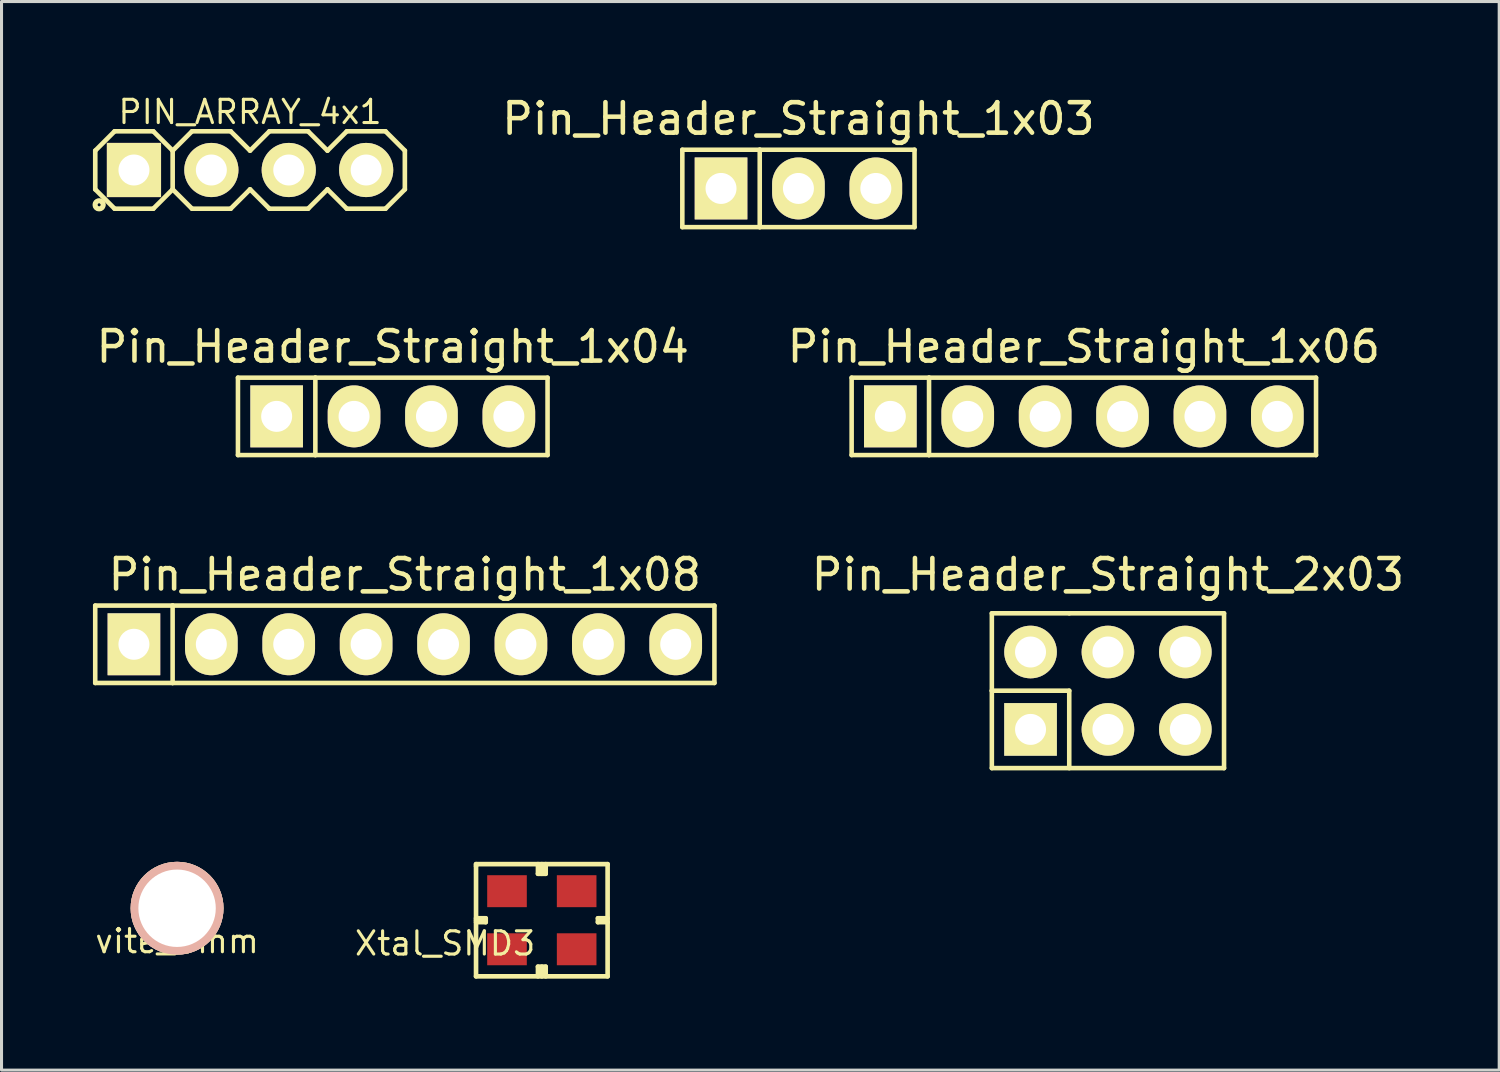
<source format=kicad_pcb>
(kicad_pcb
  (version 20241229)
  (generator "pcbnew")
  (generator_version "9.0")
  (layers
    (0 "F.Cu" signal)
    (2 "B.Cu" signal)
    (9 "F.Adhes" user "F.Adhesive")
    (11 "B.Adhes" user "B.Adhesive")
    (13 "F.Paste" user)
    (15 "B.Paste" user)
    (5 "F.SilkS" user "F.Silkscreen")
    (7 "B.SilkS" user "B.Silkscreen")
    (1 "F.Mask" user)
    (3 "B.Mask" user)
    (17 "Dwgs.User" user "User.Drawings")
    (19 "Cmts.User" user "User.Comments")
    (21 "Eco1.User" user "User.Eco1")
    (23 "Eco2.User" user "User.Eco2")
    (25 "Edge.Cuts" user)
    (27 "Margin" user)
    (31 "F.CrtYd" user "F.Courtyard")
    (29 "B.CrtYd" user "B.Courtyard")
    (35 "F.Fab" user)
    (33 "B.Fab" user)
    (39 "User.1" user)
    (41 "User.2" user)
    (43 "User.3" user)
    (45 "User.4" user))
  (footprint "Xtal_SMD3"
    (layer "F.Cu")
    (at 14.731 27.149)
    (property "Reference" "Xtal_SMD3" (at -3.175 0.762 0) (layer "F.SilkS") (effects (font (size 0.762 0.762) (thickness 0.102))))
    (attr smd)
    (fp_line (start -2.159 -1.841) (end 2.159 -1.841) (stroke (width 0.152) (type solid)) (layer "F.SilkS"))
    (fp_line (start -2.159 -1.778) (end -2.159 -1.841) (stroke (width 0.152) (type solid)) (layer "F.SilkS"))
    (fp_line (start -2.159 -0.064) (end -1.841 -0.064) (stroke (width 0.152) (type solid)) (layer "F.SilkS"))
    (fp_line (start -2.159 0) (end -2.159 -1.778) (stroke (width 0.152) (type solid)) (layer "F.SilkS"))
    (fp_line (start -2.159 1.841) (end -2.159 0) (stroke (width 0.152) (type solid)) (layer "F.SilkS"))
    (fp_line (start -1.841 -0.064) (end -1.841 0.064) (stroke (width 0.152) (type solid)) (layer "F.SilkS"))
    (fp_line (start -1.841 0.064) (end -2.159 0.064) (stroke (width 0.152) (type solid)) (layer "F.SilkS"))
    (fp_line (start -0.127 -1.524) (end -0.127 -1.841) (stroke (width 0.152) (type solid)) (layer "F.SilkS"))
    (fp_line (start -0.127 1.524) (end 0.127 1.524) (stroke (width 0.152) (type solid)) (layer "F.SilkS"))
    (fp_line (start -0.127 1.841) (end -0.127 1.524) (stroke (width 0.152) (type solid)) (layer "F.SilkS"))
    (fp_line (start 0 -1.524) (end 0 -1.841) (stroke (width 0.152) (type solid)) (layer "F.SilkS"))
    (fp_line (start 0 1.524) (end 0 1.841) (stroke (width 0.152) (type solid)) (layer "F.SilkS"))
    (fp_line (start 0.127 -1.841) (end 0.127 -1.524) (stroke (width 0.152) (type solid)) (layer "F.SilkS"))
    (fp_line (start 0.127 -1.524) (end -0.127 -1.524) (stroke (width 0.152) (type solid)) (layer "F.SilkS"))
    (fp_line (start 0.127 1.524) (end 0.127 1.841) (stroke (width 0.152) (type solid)) (layer "F.SilkS"))
    (fp_line (start 1.841 -0.064) (end 1.841 0.064) (stroke (width 0.152) (type solid)) (layer "F.SilkS"))
    (fp_line (start 1.841 0.064) (end 2.159 0.064) (stroke (width 0.152) (type solid)) (layer "F.SilkS"))
    (fp_line (start 2.159 -1.841) (end 2.159 1.841) (stroke (width 0.152) (type solid)) (layer "F.SilkS"))
    (fp_line (start 2.159 -0.064) (end 1.841 -0.064) (stroke (width 0.152) (type solid)) (layer "F.SilkS"))
    (fp_line (start 2.159 1.841) (end -2.159 1.841) (stroke (width 0.152) (type solid)) (layer "F.SilkS"))
    (pad "1" smd rect (at 1.143 -0.953) (size 1.3 1.049) (layers "F.Cu" "F.Mask" "F.Paste"))
    (pad "2" smd rect (at -1.143 0.953) (size 1.3 1.049) (layers "F.Cu" "F.Mask" "F.Paste"))
    (pad "3" smd rect (at -1.143 -0.953) (size 1.3 1.049) (layers "F.Cu" "F.Mask" "F.Paste"))
    (pad "3" smd rect (at 1.143 0.953) (size 1.3 1.049) (layers "F.Cu" "F.Mask" "F.Paste")))
  (footprint "Pin_Header_Straight_1x08"
    (layer "F.Cu")
    (at 10.235 18.093)
    (property "Reference" "Pin_Header_Straight_1x08" (at 0 -2.286 0) (layer "F.SilkS") (effects (font (size 1 1) (thickness 0.15))))
    (attr through_hole)
    (fp_line (start -10.16 -1.27) (end -10.16 1.27) (stroke (width 0.15) (type solid)) (layer "F.SilkS"))
    (fp_line (start -10.16 -1.27) (end -7.62 -1.27) (stroke (width 0.15) (type solid)) (layer "F.SilkS"))
    (fp_line (start -10.16 1.27) (end -7.62 1.27) (stroke (width 0.15) (type solid)) (layer "F.SilkS"))
    (fp_line (start -7.62 -1.27) (end -7.62 1.27) (stroke (width 0.15) (type solid)) (layer "F.SilkS"))
    (fp_line (start -7.62 -1.27) (end 10.16 -1.27) (stroke (width 0.15) (type solid)) (layer "F.SilkS"))
    (fp_line (start 10.16 -1.27) (end 10.16 1.27) (stroke (width 0.15) (type solid)) (layer "F.SilkS"))
    (fp_line (start 10.16 1.27) (end -7.62 1.27) (stroke (width 0.15) (type solid)) (layer "F.SilkS"))
    (pad "1" thru_hole rect (at -8.89 0) (size 1.727 2.032) (drill 1.016) (layers "*.Cu" "*.Mask" "F.SilkS"))
    (pad "2" thru_hole oval (at -6.35 0) (size 1.727 2.032) (drill 1.016) (layers "*.Cu" "*.Mask" "F.SilkS"))
    (pad "3" thru_hole oval (at -3.81 0) (size 1.727 2.032) (drill 1.016) (layers "*.Cu" "*.Mask" "F.SilkS"))
    (pad "4" thru_hole oval (at -1.27 0) (size 1.727 2.032) (drill 1.016) (layers "*.Cu" "*.Mask" "F.SilkS"))
    (pad "5" thru_hole oval (at 1.27 0) (size 1.727 2.032) (drill 1.016) (layers "*.Cu" "*.Mask" "F.SilkS"))
    (pad "6" thru_hole oval (at 3.81 0) (size 1.727 2.032) (drill 1.016) (layers "*.Cu" "*.Mask" "F.SilkS"))
    (pad "7" thru_hole oval (at 6.35 0) (size 1.727 2.032) (drill 1.016) (layers "*.Cu" "*.Mask" "F.SilkS"))
    (pad "8" thru_hole oval (at 8.89 0) (size 1.727 2.032) (drill 1.016) (layers "*.Cu" "*.Mask" "F.SilkS")))
  (footprint "Pin_Header_Straight_1x06"
    (layer "F.Cu")
    (at 32.518 10.614)
    (property "Reference" "Pin_Header_Straight_1x06" (at 0 -2.286 0) (layer "F.SilkS") (effects (font (size 1 1) (thickness 0.15))))
    (attr through_hole)
    (fp_line (start -7.62 -1.27) (end -7.62 1.27) (stroke (width 0.15) (type solid)) (layer "F.SilkS"))
    (fp_line (start -7.62 -1.27) (end -5.08 -1.27) (stroke (width 0.15) (type solid)) (layer "F.SilkS"))
    (fp_line (start -7.62 1.27) (end -5.08 1.27) (stroke (width 0.15) (type solid)) (layer "F.SilkS"))
    (fp_line (start -5.08 -1.27) (end -5.08 1.27) (stroke (width 0.15) (type solid)) (layer "F.SilkS"))
    (fp_line (start -5.08 -1.27) (end 7.62 -1.27) (stroke (width 0.15) (type solid)) (layer "F.SilkS"))
    (fp_line (start 7.62 -1.27) (end 7.62 1.27) (stroke (width 0.15) (type solid)) (layer "F.SilkS"))
    (fp_line (start 7.62 1.27) (end -5.08 1.27) (stroke (width 0.15) (type solid)) (layer "F.SilkS"))
    (pad "1" thru_hole rect (at -6.35 0) (size 1.727 2.032) (drill 1.016) (layers "*.Cu" "*.Mask" "F.SilkS"))
    (pad "2" thru_hole oval (at -3.81 0) (size 1.727 2.032) (drill 1.016) (layers "*.Cu" "*.Mask" "F.SilkS"))
    (pad "3" thru_hole oval (at -1.27 0) (size 1.727 2.032) (drill 1.016) (layers "*.Cu" "*.Mask" "F.SilkS"))
    (pad "4" thru_hole oval (at 1.27 0) (size 1.727 2.032) (drill 1.016) (layers "*.Cu" "*.Mask" "F.SilkS"))
    (pad "5" thru_hole oval (at 3.81 0) (size 1.727 2.032) (drill 1.016) (layers "*.Cu" "*.Mask" "F.SilkS"))
    (pad "6" thru_hole oval (at 6.35 0) (size 1.727 2.032) (drill 1.016) (layers "*.Cu" "*.Mask" "F.SilkS")))
  (footprint "vite_3mm"
    (layer "F.Cu")
    (at 2.761 26.756)
    (property "Reference" "vite_3mm" (at 0 1.079 0) (layer "F.SilkS") (effects (font (size 0.762 0.762) (thickness 0.102))))
    (attr through_hole)
    (pad "1" thru_hole circle (at 0 0) (size 3.048 3.048) (drill 2.54) (layers "*.Cu" "*.SilkS" "*.Mask")))
  (footprint "Pin_Header_Straight_2x03"
    (layer "F.Cu")
    (at 33.309 19.617)
    (property "Reference" "Pin_Header_Straight_2x03" (at 0 -3.81 0) (layer "F.SilkS") (effects (font (size 1 1) (thickness 0.15))))
    (attr through_hole)
    (fp_line (start -3.81 -2.54) (end -3.81 0) (stroke (width 0.15) (type solid)) (layer "F.SilkS"))
    (fp_line (start -3.81 0) (end -1.27 0) (stroke (width 0.15) (type solid)) (layer "F.SilkS"))
    (fp_line (start -3.81 2.54) (end -3.81 0) (stroke (width 0.15) (type solid)) (layer "F.SilkS"))
    (fp_line (start -3.81 2.54) (end 3.81 2.54) (stroke (width 0.15) (type solid)) (layer "F.SilkS"))
    (fp_line (start -1.27 -2.54) (end -3.81 -2.54) (stroke (width 0.15) (type solid)) (layer "F.SilkS"))
    (fp_line (start -1.27 0) (end -1.27 2.54) (stroke (width 0.15) (type solid)) (layer "F.SilkS"))
    (fp_line (start 3.81 -2.54) (end -1.27 -2.54) (stroke (width 0.15) (type solid)) (layer "F.SilkS"))
    (fp_line (start 3.81 2.54) (end 3.81 -2.54) (stroke (width 0.15) (type solid)) (layer "F.SilkS"))
    (pad "1" thru_hole rect (at -2.54 1.27) (size 1.727 1.727) (drill 1.016) (layers "*.Cu" "*.Mask" "F.SilkS"))
    (pad "2" thru_hole oval (at -2.54 -1.27) (size 1.727 1.727) (drill 1.016) (layers "*.Cu" "*.Mask" "F.SilkS"))
    (pad "3" thru_hole oval (at 0 1.27) (size 1.727 1.727) (drill 1.016) (layers "*.Cu" "*.Mask" "F.SilkS"))
    (pad "4" thru_hole oval (at 0 -1.27) (size 1.727 1.727) (drill 1.016) (layers "*.Cu" "*.Mask" "F.SilkS"))
    (pad "5" thru_hole oval (at 2.54 1.27) (size 1.727 1.727) (drill 1.016) (layers "*.Cu" "*.Mask" "F.SilkS"))
    (pad "6" thru_hole oval (at 2.54 -1.27) (size 1.727 1.727) (drill 1.016) (layers "*.Cu" "*.Mask" "F.SilkS")))
  (footprint "Pin_Header_Straight_1x04"
    (layer "F.Cu")
    (at 9.839 10.614)
    (property "Reference" "Pin_Header_Straight_1x04" (at 0 -2.286 0) (layer "F.SilkS") (effects (font (size 1 1) (thickness 0.15))))
    (attr through_hole)
    (fp_line (start -5.08 -1.27) (end -5.08 1.27) (stroke (width 0.15) (type solid)) (layer "F.SilkS"))
    (fp_line (start -5.08 -1.27) (end -2.54 -1.27) (stroke (width 0.15) (type solid)) (layer "F.SilkS"))
    (fp_line (start -5.08 1.27) (end -2.54 1.27) (stroke (width 0.15) (type solid)) (layer "F.SilkS"))
    (fp_line (start -2.54 -1.27) (end -2.54 1.27) (stroke (width 0.15) (type solid)) (layer "F.SilkS"))
    (fp_line (start -2.54 -1.27) (end 5.08 -1.27) (stroke (width 0.15) (type solid)) (layer "F.SilkS"))
    (fp_line (start -2.54 1.27) (end 5.08 1.27) (stroke (width 0.15) (type solid)) (layer "F.SilkS"))
    (fp_line (start 5.08 1.27) (end 5.08 -1.27) (stroke (width 0.15) (type solid)) (layer "F.SilkS"))
    (pad "1" thru_hole rect (at -3.81 0) (size 1.727 2.032) (drill 1.016) (layers "*.Cu" "*.Mask" "F.SilkS"))
    (pad "2" thru_hole oval (at -1.27 0) (size 1.727 2.032) (drill 1.016) (layers "*.Cu" "*.Mask" "F.SilkS"))
    (pad "3" thru_hole oval (at 1.27 0) (size 1.727 2.032) (drill 1.016) (layers "*.Cu" "*.Mask" "F.SilkS"))
    (pad "4" thru_hole oval (at 3.81 0) (size 1.727 2.032) (drill 1.016) (layers "*.Cu" "*.Mask" "F.SilkS")))
  (footprint "Pin_Header_Straight_1x03"
    (layer "F.Cu")
    (at 23.152 3.134)
    (property "Reference" "Pin_Header_Straight_1x03" (at 0 -2.286 0) (layer "F.SilkS") (effects (font (size 1 1) (thickness 0.15))))
    (attr through_hole)
    (fp_line (start -3.81 -1.27) (end -3.81 1.27) (stroke (width 0.15) (type solid)) (layer "F.SilkS"))
    (fp_line (start -3.81 -1.27) (end -1.27 -1.27) (stroke (width 0.15) (type solid)) (layer "F.SilkS"))
    (fp_line (start -3.81 1.27) (end -1.27 1.27) (stroke (width 0.15) (type solid)) (layer "F.SilkS"))
    (fp_line (start -1.27 -1.27) (end -1.27 1.27) (stroke (width 0.15) (type solid)) (layer "F.SilkS"))
    (fp_line (start -1.27 1.27) (end 3.81 1.27) (stroke (width 0.15) (type solid)) (layer "F.SilkS"))
    (fp_line (start 3.81 -1.27) (end -1.27 -1.27) (stroke (width 0.15) (type solid)) (layer "F.SilkS"))
    (fp_line (start 3.81 1.27) (end 3.81 -1.27) (stroke (width 0.15) (type solid)) (layer "F.SilkS"))
    (pad "1" thru_hole rect (at -2.54 0) (size 1.727 2.032) (drill 1.016) (layers "*.Cu" "*.Mask" "F.SilkS"))
    (pad "2" thru_hole oval (at 0 0) (size 1.727 2.032) (drill 1.016) (layers "*.Cu" "*.Mask" "F.SilkS"))
    (pad "3" thru_hole oval (at 2.54 0) (size 1.727 2.032) (drill 1.016) (layers "*.Cu" "*.Mask" "F.SilkS")))
  (footprint "PIN_ARRAY_4x1"
    (layer "F.Cu")
    (at 5.156 2.529)
    (property "Reference" "PIN_ARRAY_4x1" (at 0 -1.905 0) (layer "F.SilkS") (effects (font (size 0.762 0.762) (thickness 0.102))))
    (attr through_hole)
    (fp_line (start -5.08 -0.635) (end -5.08 0.635) (stroke (width 0.152) (type solid)) (layer "F.SilkS"))
    (fp_line (start -5.08 0.635) (end -4.445 1.27) (stroke (width 0.152) (type solid)) (layer "F.SilkS"))
    (fp_line (start -4.445 -1.27) (end -5.08 -0.635) (stroke (width 0.152) (type solid)) (layer "F.SilkS"))
    (fp_line (start -4.445 1.27) (end -3.175 1.27) (stroke (width 0.152) (type solid)) (layer "F.SilkS"))
    (fp_line (start -3.175 -1.27) (end -4.445 -1.27) (stroke (width 0.152) (type solid)) (layer "F.SilkS"))
    (fp_line (start -3.175 1.27) (end -2.54 0.635) (stroke (width 0.152) (type solid)) (layer "F.SilkS"))
    (fp_line (start -2.54 -0.635) (end -3.175 -1.27) (stroke (width 0.152) (type solid)) (layer "F.SilkS"))
    (fp_line (start -2.54 -0.635) (end -2.54 0.635) (stroke (width 0.152) (type solid)) (layer "F.SilkS"))
    (fp_line (start -2.54 0.635) (end -1.905 1.27) (stroke (width 0.152) (type solid)) (layer "F.SilkS"))
    (fp_line (start -1.905 -1.27) (end -2.54 -0.635) (stroke (width 0.152) (type solid)) (layer "F.SilkS"))
    (fp_line (start -1.905 1.27) (end -0.635 1.27) (stroke (width 0.152) (type solid)) (layer "F.SilkS"))
    (fp_line (start -0.635 -1.27) (end -1.905 -1.27) (stroke (width 0.152) (type solid)) (layer "F.SilkS"))
    (fp_line (start -0.635 1.27) (end 0 0.635) (stroke (width 0.152) (type solid)) (layer "F.SilkS"))
    (fp_line (start 0 -0.635) (end -0.635 -1.27) (stroke (width 0.152) (type solid)) (layer "F.SilkS"))
    (fp_line (start 0 0.635) (end 0.635 1.27) (stroke (width 0.152) (type solid)) (layer "F.SilkS"))
    (fp_line (start 0.635 -1.27) (end 0 -0.635) (stroke (width 0.152) (type solid)) (layer "F.SilkS"))
    (fp_line (start 0.635 1.27) (end 1.905 1.27) (stroke (width 0.152) (type solid)) (layer "F.SilkS"))
    (fp_line (start 1.905 -1.27) (end 0.635 -1.27) (stroke (width 0.152) (type solid)) (layer "F.SilkS"))
    (fp_line (start 1.905 1.27) (end 2.54 0.635) (stroke (width 0.152) (type solid)) (layer "F.SilkS"))
    (fp_line (start 2.54 -0.635) (end 1.905 -1.27) (stroke (width 0.152) (type solid)) (layer "F.SilkS"))
    (fp_line (start 2.54 0.635) (end 3.175 1.27) (stroke (width 0.152) (type solid)) (layer "F.SilkS"))
    (fp_line (start 3.175 -1.27) (end 2.54 -0.635) (stroke (width 0.152) (type solid)) (layer "F.SilkS"))
    (fp_line (start 3.175 1.27) (end 4.445 1.27) (stroke (width 0.152) (type solid)) (layer "F.SilkS"))
    (fp_line (start 4.445 -1.27) (end 3.175 -1.27) (stroke (width 0.152) (type solid)) (layer "F.SilkS"))
    (fp_line (start 4.445 1.27) (end 5.08 0.635) (stroke (width 0.152) (type solid)) (layer "F.SilkS"))
    (fp_line (start 5.08 -0.635) (end 4.445 -1.27) (stroke (width 0.152) (type solid)) (layer "F.SilkS"))
    (fp_line (start 5.08 0.635) (end 5.08 -0.635) (stroke (width 0.152) (type solid)) (layer "F.SilkS"))
    (fp_circle (center -4.953 1.143) (end -5.08 1.143) (stroke (width 0.152) (type solid)) (fill no) (layer "F.SilkS"))
    (fp_circle (center -4.953 1.143) (end -5.016 1.143) (stroke (width 0.152) (type solid)) (fill no) (layer "F.SilkS"))
    (pad "1" thru_hole rect (at -3.81 0) (size 1.778 1.778) (drill 1.016) (layers "*.Cu" "*.Mask" "F.SilkS"))
    (pad "2" thru_hole circle (at -1.27 0) (size 1.778 1.778) (drill 1.016) (layers "*.Cu" "*.Mask" "F.SilkS"))
    (pad "3" thru_hole circle (at 1.27 0) (size 1.778 1.778) (drill 1.016) (layers "*.Cu" "*.Mask" "F.SilkS"))
    (pad "4" thru_hole circle (at 3.81 0) (size 1.778 1.778) (drill 1.016) (layers "*.Cu" "*.Mask" "F.SilkS")))
  (gr_rect
    (start -3 -3)
    (end 46.149 32.067)
    (stroke (width 0.1) (type default))
    (fill no)
    (layer "Edge.Cuts")))
</source>
